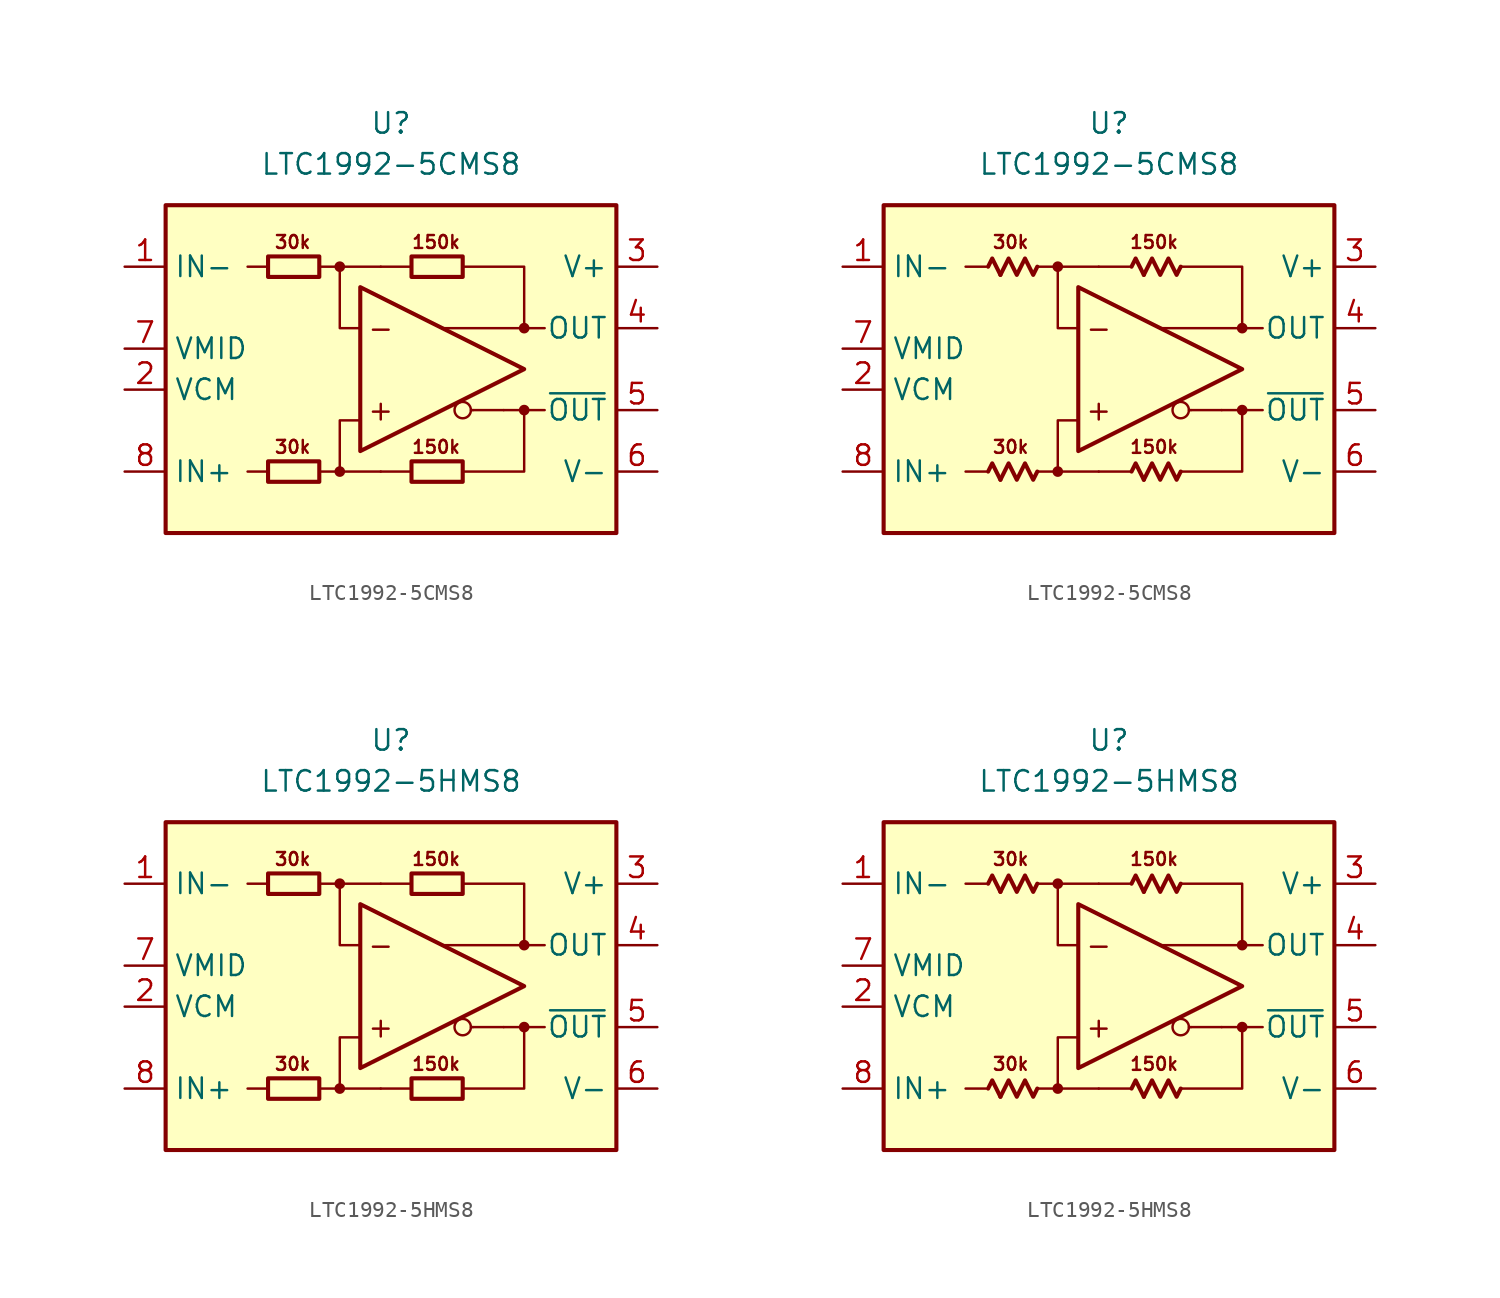
<source format=kicad_sym>
(kicad_symbol_lib
  (version 20231120)
  (generator "kicad_symbol_editor")
  (generator_version "8.0")
  (symbol "LTC1992-5CMS8"
    (property "Reference" "U"
      (at 0 15.24 0)
      (effects (font (size 1.27 1.27))))
    (property "Value" "LTC1992-5CMS8"
      (at 0 12.7 0)
      (effects (font (size 1.27 1.27))))
    (symbol "LTC1992-5CMS8_0_0"
      (rectangle (start -13.97 10.16) (end 13.97 -10.16) (stroke (width 0.254) (type default)) (fill (type background)))
      (circle (center -3.175 -6.35) (radius 0.254) (stroke (width 0.152) (type default)) (fill (type outline)))
      (circle (center -3.175 6.35) (radius 0.254) (stroke (width 0.152) (type default)) (fill (type outline)))
      (polyline (pts (xy -7.62 -6.35) (xy -8.89 -6.35)) (stroke (width 0.152) (type default)) (fill (type none)))
      (polyline (pts (xy -7.62 6.35) (xy -8.89 6.35)) (stroke (width 0.152) (type default)) (fill (type none)))
      (polyline (pts (xy -3.175 6.35) (xy -0.635 6.35)) (stroke (width 0.152) (type default)) (fill (type none)))
      (polyline (pts (xy -0.635 -6.35) (xy -3.175 -6.35)) (stroke (width 0.152) (type default)) (fill (type none)))
      (polyline (pts (xy 1.27 -6.35) (xy -0.635 -6.35)) (stroke (width 0.152) (type default)) (fill (type none)))
      (polyline (pts (xy 1.27 6.35) (xy -0.635 6.35)) (stroke (width 0.152) (type default)) (fill (type none)))
      (polyline (pts (xy 5.08 -2.54) (xy 4.953 -2.54)) (stroke (width 0.152) (type default)) (fill (type none)))
      (polyline (pts (xy 6.985 -2.54) (xy 5.08 -2.54)) (stroke (width 0.152) (type default)) (fill (type none)))
      (polyline (pts (xy 8.255 -2.54) (xy 9.525 -2.54)) (stroke (width 0.152) (type default)) (fill (type none)))
      (polyline (pts (xy 8.255 2.54) (xy 9.525 2.54)) (stroke (width 0.152) (type default)) (fill (type none)))
      (polyline (pts (xy -4.445 -6.35) (xy -3.175 -6.35) (xy -3.175 -3.175) (xy -1.905 -3.175)) (stroke (width 0.152) (type default)) (fill (type none)))
      (polyline (pts (xy -1.905 2.54) (xy -3.175 2.54) (xy -3.175 6.35) (xy -4.445 6.35)) (stroke (width 0.152) (type default)) (fill (type none)))
      (polyline (pts (xy 4.445 6.35) (xy 8.255 6.35) (xy 8.255 2.54) (xy 3.175 2.54)) (stroke (width 0.152) (type default)) (fill (type none)))
      (polyline (pts (xy 6.985 -2.54) (xy 8.255 -2.54) (xy 8.255 -6.35) (xy 4.445 -6.35)) (stroke (width 0.152) (type default)) (fill (type none)))
      (circle (center 4.445 -2.54) (radius 0.508) (stroke (width 0.152) (type default)) (fill (type none)))
      (circle (center 8.255 -2.54) (radius 0.254) (stroke (width 0.152) (type default)) (fill (type outline)))
      (circle (center 8.255 2.54) (radius 0.254) (stroke (width 0.152) (type default)) (fill (type outline)))
      (text "+" (at -0.635 -2.54 0) (effects (font (size 1.27 1.27))))
      (text "-" (at -0.635 2.54 0) (effects (font (size 1.27 1.27)))))
    (symbol "LTC1992-5CMS8_0_1"
      (rectangle (start -7.62 -5.715) (end -4.445 -6.985) (stroke (width 0.254) (type default)) (fill (type none)))
      (rectangle (start -7.62 6.985) (end -4.445 5.715) (stroke (width 0.254) (type default)) (fill (type none)))
      (rectangle (start 1.27 -5.715) (end 4.445 -6.985) (stroke (width 0.254) (type default)) (fill (type none)))
      (rectangle (start 1.27 6.985) (end 4.445 5.715) (stroke (width 0.254) (type default)) (fill (type none))))
    (symbol "LTC1992-5CMS8_0_2"
      (polyline (pts (xy -6.731 -6.858) (xy -7.239 -5.842) (xy -7.493 -6.35)) (stroke (width 0.254) (type default)) (fill (type none)))
      (polyline (pts (xy -6.731 5.842) (xy -7.239 6.858) (xy -7.493 6.35)) (stroke (width 0.254) (type default)) (fill (type none)))
      (polyline (pts (xy 2.159 -6.858) (xy 1.651 -5.842) (xy 1.397 -6.35)) (stroke (width 0.254) (type default)) (fill (type none)))
      (polyline (pts (xy 2.159 5.842) (xy 1.651 6.858) (xy 1.397 6.35)) (stroke (width 0.254) (type default)) (fill (type none)))
      (polyline (pts (xy -4.445 -6.35) (xy -4.699 -6.858) (xy -5.207 -5.842) (xy -5.715 -6.858) (xy -6.223 -5.842) (xy -6.731 -6.858)) (stroke (width 0.254) (type default)) (fill (type none)))
      (polyline (pts (xy -4.445 6.35) (xy -4.699 5.842) (xy -5.207 6.858) (xy -5.715 5.842) (xy -6.223 6.858) (xy -6.731 5.842)) (stroke (width 0.254) (type default)) (fill (type none)))
      (polyline (pts (xy 4.445 -6.35) (xy 4.191 -6.858) (xy 3.683 -5.842) (xy 3.175 -6.858) (xy 2.667 -5.842) (xy 2.159 -6.858)) (stroke (width 0.254) (type default)) (fill (type none)))
      (polyline (pts (xy 4.445 6.35) (xy 4.191 5.842) (xy 3.683 6.858) (xy 3.175 5.842) (xy 2.667 6.858) (xy 2.159 5.842)) (stroke (width 0.254) (type default)) (fill (type none))))
    (symbol "LTC1992-5CMS8_1_0"
      (polyline (pts (xy -1.905 5.08) (xy -1.905 -5.08) (xy 8.255 0) (xy -1.905 5.08)) (stroke (width 0.254) (type default)) (fill (type none)))
      (text "150k" (at 2.794 -4.826 0) (effects (font (size 0.8 0.8))))
      (text "150k" (at 2.794 7.874 0) (effects (font (size 0.8 0.8))))
      (text "30k" (at -6.096 -4.826 0) (effects (font (size 0.8 0.8))))
      (text "30k" (at -6.096 7.874 0) (effects (font (size 0.8 0.8)))))
    (symbol "LTC1992-5CMS8_1_1"
      (pin input line (at -16.51 6.35 0) (length 2.54) (name "IN-" (effects (font (size 1.27 1.27)))) (number "1" (effects (font (size 1.27 1.27)))))
      (pin input line (at -16.51 -1.27 0) (length 2.54) (name "VCM" (effects (font (size 1.27 1.27)))) (number "2" (effects (font (size 1.27 1.27)))))
      (pin power_in line (at 16.51 6.35 180) (length 2.54) (name "V+" (effects (font (size 1.27 1.27)))) (number "3" (effects (font (size 1.27 1.27)))))
      (pin output line (at 16.51 2.54 180) (length 2.54) (name "OUT" (effects (font (size 1.27 1.27)))) (number "4" (effects (font (size 1.27 1.27)))))
      (pin output line (at 16.51 -2.54 180) (length 2.54) (name "~{OUT}" (effects (font (size 1.27 1.27)))) (number "5" (effects (font (size 1.27 1.27)))))
      (pin power_in line (at 16.51 -6.35 180) (length 2.54) (name "V-" (effects (font (size 1.27 1.27)))) (number "6" (effects (font (size 1.27 1.27)))))
      (pin output line (at -16.51 1.27 0) (length 2.54) (name "VMID" (effects (font (size 1.27 1.27)))) (number "7" (effects (font (size 1.27 1.27)))))
      (pin input line (at -16.51 -6.35 0) (length 2.54) (name "IN+" (effects (font (size 1.27 1.27)))) (number "8" (effects (font (size 1.27 1.27))))))
    (symbol "LTC1992-5CMS8_1_2"
      (pin input line (at -16.51 6.35 0) (length 2.54) (name "IN-" (effects (font (size 1.27 1.27)))) (number "1" (effects (font (size 1.27 1.27)))))
      (pin input line (at -16.51 -1.27 0) (length 2.54) (name "VCM" (effects (font (size 1.27 1.27)))) (number "2" (effects (font (size 1.27 1.27)))))
      (pin power_in line (at 16.51 6.35 180) (length 2.54) (name "V+" (effects (font (size 1.27 1.27)))) (number "3" (effects (font (size 1.27 1.27)))))
      (pin output line (at 16.51 2.54 180) (length 2.54) (name "OUT" (effects (font (size 1.27 1.27)))) (number "4" (effects (font (size 1.27 1.27)))))
      (pin output line (at 16.51 -2.54 180) (length 2.54) (name "~{OUT}" (effects (font (size 1.27 1.27)))) (number "5" (effects (font (size 1.27 1.27)))))
      (pin power_in line (at 16.51 -6.35 180) (length 2.54) (name "V-" (effects (font (size 1.27 1.27)))) (number "6" (effects (font (size 1.27 1.27)))))
      (pin output line (at -16.51 1.27 0) (length 2.54) (name "VMID" (effects (font (size 1.27 1.27)))) (number "7" (effects (font (size 1.27 1.27)))))
      (pin input line (at -16.51 -6.35 0) (length 2.54) (name "IN+" (effects (font (size 1.27 1.27)))) (number "8" (effects (font (size 1.27 1.27)))))))
  (symbol "LTC1992-5HMS8"
    (property "Reference" "U"
      (at 0 15.24 0)
      (effects (font (size 1.27 1.27))))
    (property "Value" "LTC1992-5HMS8"
      (at 0 12.7 0)
      (effects (font (size 1.27 1.27))))
    (symbol "LTC1992-5HMS8_0_0"
      (rectangle (start -13.97 10.16) (end 13.97 -10.16) (stroke (width 0.254) (type default)) (fill (type background)))
      (circle (center -3.175 -6.35) (radius 0.254) (stroke (width 0.152) (type default)) (fill (type outline)))
      (circle (center -3.175 6.35) (radius 0.254) (stroke (width 0.152) (type default)) (fill (type outline)))
      (polyline (pts (xy -7.62 -6.35) (xy -8.89 -6.35)) (stroke (width 0.152) (type default)) (fill (type none)))
      (polyline (pts (xy -7.62 6.35) (xy -8.89 6.35)) (stroke (width 0.152) (type default)) (fill (type none)))
      (polyline (pts (xy -3.175 6.35) (xy -0.635 6.35)) (stroke (width 0.152) (type default)) (fill (type none)))
      (polyline (pts (xy -0.635 -6.35) (xy -3.175 -6.35)) (stroke (width 0.152) (type default)) (fill (type none)))
      (polyline (pts (xy 1.27 -6.35) (xy -0.635 -6.35)) (stroke (width 0.152) (type default)) (fill (type none)))
      (polyline (pts (xy 1.27 6.35) (xy -0.635 6.35)) (stroke (width 0.152) (type default)) (fill (type none)))
      (polyline (pts (xy 5.08 -2.54) (xy 4.953 -2.54)) (stroke (width 0.152) (type default)) (fill (type none)))
      (polyline (pts (xy 6.985 -2.54) (xy 5.08 -2.54)) (stroke (width 0.152) (type default)) (fill (type none)))
      (polyline (pts (xy 8.255 -2.54) (xy 9.525 -2.54)) (stroke (width 0.152) (type default)) (fill (type none)))
      (polyline (pts (xy 8.255 2.54) (xy 9.525 2.54)) (stroke (width 0.152) (type default)) (fill (type none)))
      (polyline (pts (xy -4.445 -6.35) (xy -3.175 -6.35) (xy -3.175 -3.175) (xy -1.905 -3.175)) (stroke (width 0.152) (type default)) (fill (type none)))
      (polyline (pts (xy -1.905 2.54) (xy -3.175 2.54) (xy -3.175 6.35) (xy -4.445 6.35)) (stroke (width 0.152) (type default)) (fill (type none)))
      (polyline (pts (xy 4.445 6.35) (xy 8.255 6.35) (xy 8.255 2.54) (xy 3.175 2.54)) (stroke (width 0.152) (type default)) (fill (type none)))
      (polyline (pts (xy 6.985 -2.54) (xy 8.255 -2.54) (xy 8.255 -6.35) (xy 4.445 -6.35)) (stroke (width 0.152) (type default)) (fill (type none)))
      (circle (center 4.445 -2.54) (radius 0.508) (stroke (width 0.152) (type default)) (fill (type none)))
      (circle (center 8.255 -2.54) (radius 0.254) (stroke (width 0.152) (type default)) (fill (type outline)))
      (circle (center 8.255 2.54) (radius 0.254) (stroke (width 0.152) (type default)) (fill (type outline)))
      (text "+" (at -0.635 -2.54 0) (effects (font (size 1.27 1.27))))
      (text "-" (at -0.635 2.54 0) (effects (font (size 1.27 1.27)))))
    (symbol "LTC1992-5HMS8_0_1"
      (rectangle (start -7.62 -5.715) (end -4.445 -6.985) (stroke (width 0.254) (type default)) (fill (type none)))
      (rectangle (start -7.62 6.985) (end -4.445 5.715) (stroke (width 0.254) (type default)) (fill (type none)))
      (rectangle (start 1.27 -5.715) (end 4.445 -6.985) (stroke (width 0.254) (type default)) (fill (type none)))
      (rectangle (start 1.27 6.985) (end 4.445 5.715) (stroke (width 0.254) (type default)) (fill (type none))))
    (symbol "LTC1992-5HMS8_0_2"
      (polyline (pts (xy -6.731 -6.858) (xy -7.239 -5.842) (xy -7.493 -6.35)) (stroke (width 0.254) (type default)) (fill (type none)))
      (polyline (pts (xy -6.731 5.842) (xy -7.239 6.858) (xy -7.493 6.35)) (stroke (width 0.254) (type default)) (fill (type none)))
      (polyline (pts (xy 2.159 -6.858) (xy 1.651 -5.842) (xy 1.397 -6.35)) (stroke (width 0.254) (type default)) (fill (type none)))
      (polyline (pts (xy 2.159 5.842) (xy 1.651 6.858) (xy 1.397 6.35)) (stroke (width 0.254) (type default)) (fill (type none)))
      (polyline (pts (xy -4.445 -6.35) (xy -4.699 -6.858) (xy -5.207 -5.842) (xy -5.715 -6.858) (xy -6.223 -5.842) (xy -6.731 -6.858)) (stroke (width 0.254) (type default)) (fill (type none)))
      (polyline (pts (xy -4.445 6.35) (xy -4.699 5.842) (xy -5.207 6.858) (xy -5.715 5.842) (xy -6.223 6.858) (xy -6.731 5.842)) (stroke (width 0.254) (type default)) (fill (type none)))
      (polyline (pts (xy 4.445 -6.35) (xy 4.191 -6.858) (xy 3.683 -5.842) (xy 3.175 -6.858) (xy 2.667 -5.842) (xy 2.159 -6.858)) (stroke (width 0.254) (type default)) (fill (type none)))
      (polyline (pts (xy 4.445 6.35) (xy 4.191 5.842) (xy 3.683 6.858) (xy 3.175 5.842) (xy 2.667 6.858) (xy 2.159 5.842)) (stroke (width 0.254) (type default)) (fill (type none))))
    (symbol "LTC1992-5HMS8_1_0"
      (polyline (pts (xy -1.905 5.08) (xy -1.905 -5.08) (xy 8.255 0) (xy -1.905 5.08)) (stroke (width 0.254) (type default)) (fill (type none)))
      (text "150k" (at 2.794 -4.826 0) (effects (font (size 0.8 0.8))))
      (text "150k" (at 2.794 7.874 0) (effects (font (size 0.8 0.8))))
      (text "30k" (at -6.096 -4.826 0) (effects (font (size 0.8 0.8))))
      (text "30k" (at -6.096 7.874 0) (effects (font (size 0.8 0.8)))))
    (symbol "LTC1992-5HMS8_1_1"
      (pin input line (at -16.51 6.35 0) (length 2.54) (name "IN-" (effects (font (size 1.27 1.27)))) (number "1" (effects (font (size 1.27 1.27)))))
      (pin input line (at -16.51 -1.27 0) (length 2.54) (name "VCM" (effects (font (size 1.27 1.27)))) (number "2" (effects (font (size 1.27 1.27)))))
      (pin power_in line (at 16.51 6.35 180) (length 2.54) (name "V+" (effects (font (size 1.27 1.27)))) (number "3" (effects (font (size 1.27 1.27)))))
      (pin output line (at 16.51 2.54 180) (length 2.54) (name "OUT" (effects (font (size 1.27 1.27)))) (number "4" (effects (font (size 1.27 1.27)))))
      (pin output line (at 16.51 -2.54 180) (length 2.54) (name "~{OUT}" (effects (font (size 1.27 1.27)))) (number "5" (effects (font (size 1.27 1.27)))))
      (pin power_in line (at 16.51 -6.35 180) (length 2.54) (name "V-" (effects (font (size 1.27 1.27)))) (number "6" (effects (font (size 1.27 1.27)))))
      (pin output line (at -16.51 1.27 0) (length 2.54) (name "VMID" (effects (font (size 1.27 1.27)))) (number "7" (effects (font (size 1.27 1.27)))))
      (pin input line (at -16.51 -6.35 0) (length 2.54) (name "IN+" (effects (font (size 1.27 1.27)))) (number "8" (effects (font (size 1.27 1.27))))))
    (symbol "LTC1992-5HMS8_1_2"
      (pin input line (at -16.51 6.35 0) (length 2.54) (name "IN-" (effects (font (size 1.27 1.27)))) (number "1" (effects (font (size 1.27 1.27)))))
      (pin input line (at -16.51 -1.27 0) (length 2.54) (name "VCM" (effects (font (size 1.27 1.27)))) (number "2" (effects (font (size 1.27 1.27)))))
      (pin power_in line (at 16.51 6.35 180) (length 2.54) (name "V+" (effects (font (size 1.27 1.27)))) (number "3" (effects (font (size 1.27 1.27)))))
      (pin output line (at 16.51 2.54 180) (length 2.54) (name "OUT" (effects (font (size 1.27 1.27)))) (number "4" (effects (font (size 1.27 1.27)))))
      (pin output line (at 16.51 -2.54 180) (length 2.54) (name "~{OUT}" (effects (font (size 1.27 1.27)))) (number "5" (effects (font (size 1.27 1.27)))))
      (pin power_in line (at 16.51 -6.35 180) (length 2.54) (name "V-" (effects (font (size 1.27 1.27)))) (number "6" (effects (font (size 1.27 1.27)))))
      (pin output line (at -16.51 1.27 0) (length 2.54) (name "VMID" (effects (font (size 1.27 1.27)))) (number "7" (effects (font (size 1.27 1.27)))))
      (pin input line (at -16.51 -6.35 0) (length 2.54) (name "IN+" (effects (font (size 1.27 1.27)))) (number "8" (effects (font (size 1.27 1.27))))))))
</source>
